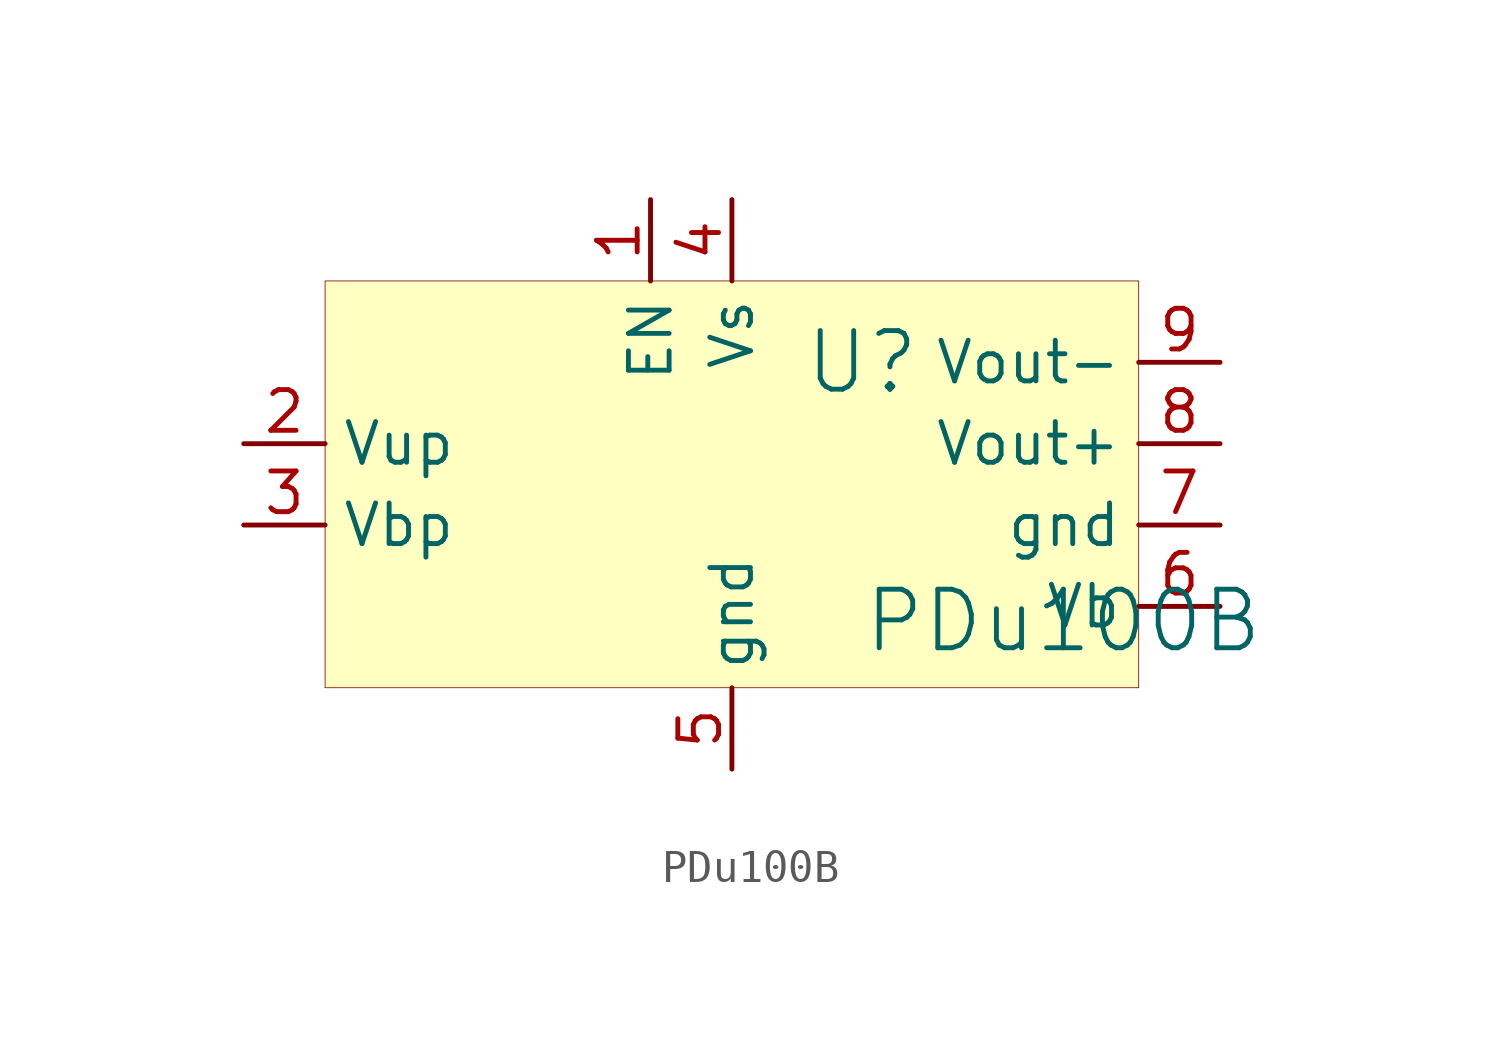
<source format=kicad_sym>
(kicad_symbol_lib
  (version 20241209)
  (generator "kicad_symbol_editor")
  (generator_version "9.0")
  (symbol "PDu100B"
    (property "Reference" "U"
      (at 1.524 2.54 0)
      (effects (font (size 1.829 1.829))))
    (property "Value" "PDu100B"
      (at 1.524 -6.604 0)
      (effects (font (size 1.829 1.829)) (justify left bottom)))
    (symbol "PDu100B_1_0"
      (rectangle (start 10.16 5.08) (end -15.24 -7.62) (stroke (width 0.025) (type solid) (color 128 0 0 1)) (fill (type background)))
      (pin passive line (at -17.78 0 0) (length 2.54) (name "Vup" (effects (font (size 1.27 1.27)))) (number "2" (effects (font (size 1.27 1.27)))))
      (pin passive line (at -17.78 -2.54 0) (length 2.54) (name "Vbp" (effects (font (size 1.27 1.27)))) (number "3" (effects (font (size 1.27 1.27)))))
      (pin passive line (at -5.08 7.62 270) (length 2.54) (name "EN" (effects (font (size 1.27 1.27)))) (number "1" (effects (font (size 1.27 1.27)))))
      (pin passive line (at -2.54 7.62 270) (length 2.54) (name "Vs" (effects (font (size 1.27 1.27)))) (number "4" (effects (font (size 1.27 1.27)))))
      (pin passive line (at -2.54 -10.16 90) (length 2.54) (name "gnd" (effects (font (size 1.27 1.27)))) (number "5" (effects (font (size 1.27 1.27)))))
      (pin passive line (at 12.7 2.54 180) (length 2.54) (name "Vout-" (effects (font (size 1.27 1.27)))) (number "9" (effects (font (size 1.27 1.27)))))
      (pin passive line (at 12.7 0 180) (length 2.54) (name "Vout+" (effects (font (size 1.27 1.27)))) (number "8" (effects (font (size 1.27 1.27)))))
      (pin passive line (at 12.7 -2.54 180) (length 2.54) (name "gnd" (effects (font (size 1.27 1.27)))) (number "7" (effects (font (size 1.27 1.27)))))
      (pin passive line (at 12.7 -5.08 180) (length 2.54) (name "Vb" (effects (font (size 1.27 1.27)))) (number "6" (effects (font (size 1.27 1.27))))))))
</source>
